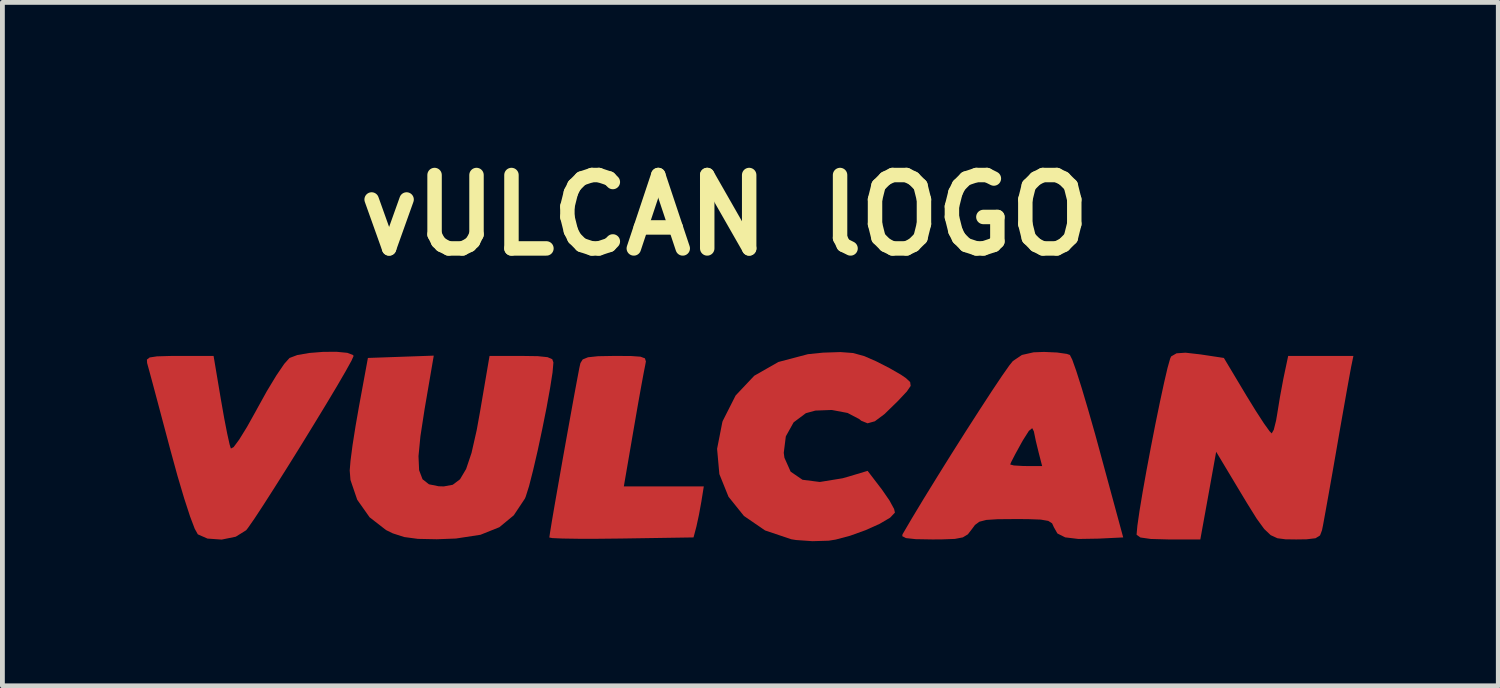
<source format=kicad_pcb>
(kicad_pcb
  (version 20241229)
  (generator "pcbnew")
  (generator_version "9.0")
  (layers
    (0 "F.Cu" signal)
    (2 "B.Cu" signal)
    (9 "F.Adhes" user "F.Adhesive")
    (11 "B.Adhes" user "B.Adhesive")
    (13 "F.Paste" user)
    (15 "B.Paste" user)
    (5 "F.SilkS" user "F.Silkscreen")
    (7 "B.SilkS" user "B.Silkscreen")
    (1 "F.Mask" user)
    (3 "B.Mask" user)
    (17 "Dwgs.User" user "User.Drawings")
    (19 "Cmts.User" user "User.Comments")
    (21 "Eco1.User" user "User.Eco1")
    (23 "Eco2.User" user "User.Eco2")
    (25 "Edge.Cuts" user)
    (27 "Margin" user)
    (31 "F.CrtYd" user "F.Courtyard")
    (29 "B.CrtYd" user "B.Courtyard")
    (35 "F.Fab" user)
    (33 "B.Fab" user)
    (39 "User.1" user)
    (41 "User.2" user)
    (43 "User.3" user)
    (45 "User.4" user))
  (footprint "vULCAN lOGO"
    (layer "F.Cu")
    (at 12.503 6.371)
    (property "Reference" "vULCAN lOGO" (at -0.508 -4.953 0) (layer "F.SilkS") (effects (font (size 1.524 1.524) (thickness 0.3))))
    (attr board_only exclude_from_pos_files exclude_from_bom)
    (fp_poly (pts (xy -2.453 -2.03) (xy -2.256 -2.016) (xy -2.164 -1.982) (xy -2.144 -1.917) (xy -2.158 -1.841) (xy -2.188 -1.69) (xy -2.24 -1.409) (xy -2.307 -1.035) (xy -2.382 -0.603) (xy -2.402 -0.487) (xy -2.602 0.677) (xy -0.942 0.677) (xy -0.993 0.995) (xy -1.043 1.269) (xy -1.095 1.509) (xy -1.099 1.524) (xy -1.155 1.736) (xy -2.652 1.759) (xy -3.134 1.764) (xy -3.552 1.764) (xy -3.878 1.759) (xy -4.085 1.75) (xy -4.149 1.738) (xy -4.134 1.635) (xy -4.095 1.395) (xy -4.036 1.05) (xy -3.962 0.629) (xy -3.88 0.162) (xy -3.794 -0.319) (xy -3.71 -0.785) (xy -3.634 -1.205) (xy -3.57 -1.549) (xy -3.525 -1.786) (xy -3.503 -1.884) (xy -3.456 -1.959) (xy -3.346 -2.004) (xy -3.138 -2.026) (xy -2.797 -2.032) (xy -2.787 -2.032)) (stroke (width 0) (type solid)) (fill yes) (layer "F.Cu"))
    (fp_poly (pts (xy -6.739 -0.923) (xy -6.825 -0.364) (xy -6.865 0.05) (xy -6.852 0.341) (xy -6.781 0.528) (xy -6.648 0.633) (xy -6.447 0.674) (xy -6.339 0.677) (xy -6.154 0.643) (xy -6.003 0.529) (xy -5.876 0.315) (xy -5.764 -0.018) (xy -5.657 -0.489) (xy -5.588 -0.871) (xy -5.39 -2.032) (xy -4.727 -2.032) (xy -4.388 -2.027) (xy -4.186 -2.006) (xy -4.088 -1.964) (xy -4.064 -1.896) (xy -4.082 -1.689) (xy -4.133 -1.364) (xy -4.206 -0.96) (xy -4.295 -0.516) (xy -4.39 -0.07) (xy -4.485 0.339) (xy -4.57 0.672) (xy -4.639 0.89) (xy -4.656 0.93) (xy -4.887 1.277) (xy -5.186 1.524) (xy -5.578 1.681) (xy -6.088 1.759) (xy -6.485 1.774) (xy -6.878 1.766) (xy -7.162 1.728) (xy -7.4 1.651) (xy -7.539 1.583) (xy -7.88 1.318) (xy -8.137 0.954) (xy -8.277 0.544) (xy -8.293 0.347) (xy -8.276 0.143) (xy -8.234 -0.18) (xy -8.171 -0.579) (xy -8.102 -0.974) (xy -7.915 -1.99) (xy -7.231 -2.014) (xy -6.548 -2.038)) (stroke (width 0) (type solid)) (fill yes) (layer "F.Cu"))
    (fp_poly (pts (xy -8.342 -2.096) (xy -8.222 -2.05) (xy -8.213 -2.029) (xy -8.256 -1.933) (xy -8.375 -1.718) (xy -8.555 -1.408) (xy -8.782 -1.029) (xy -9.04 -0.605) (xy -9.314 -0.159) (xy -9.59 0.284) (xy -9.852 0.699) (xy -10.085 1.063) (xy -10.274 1.351) (xy -10.405 1.539) (xy -10.443 1.587) (xy -10.658 1.721) (xy -10.951 1.781) (xy -11.246 1.76) (xy -11.446 1.672) (xy -11.51 1.557) (xy -11.607 1.301) (xy -11.729 0.927) (xy -11.868 0.459) (xy -12.016 -0.081) (xy -12.017 -0.085) (xy -12.153 -0.596) (xy -12.276 -1.058) (xy -12.379 -1.444) (xy -12.455 -1.725) (xy -12.496 -1.874) (xy -12.499 -1.884) (xy -12.503 -1.956) (xy -12.446 -2) (xy -12.294 -2.023) (xy -12.019 -2.031) (xy -11.83 -2.032) (xy -11.119 -2.032) (xy -10.966 -1.122) (xy -10.899 -0.741) (xy -10.836 -0.418) (xy -10.786 -0.193) (xy -10.76 -0.109) (xy -10.703 -0.139) (xy -10.586 -0.297) (xy -10.425 -0.558) (xy -10.234 -0.9) (xy -10.216 -0.934) (xy -10.011 -1.304) (xy -9.816 -1.626) (xy -9.653 -1.866) (xy -9.543 -1.989) (xy -9.543 -1.989) (xy -9.382 -2.05) (xy -9.134 -2.093) (xy -8.847 -2.116) (xy -8.567 -2.118)) (stroke (width 0) (type solid)) (fill yes) (layer "F.Cu"))
    (fp_poly (pts (xy 2.158 -2.092) (xy 2.39 -2.028) (xy 2.637 -1.92) (xy 2.915 -1.778) (xy 3.151 -1.642) (xy 3.255 -1.571) (xy 3.342 -1.489) (xy 3.353 -1.41) (xy 3.273 -1.293) (xy 3.089 -1.097) (xy 3.086 -1.094) (xy 2.809 -0.824) (xy 2.609 -0.675) (xy 2.458 -0.633) (xy 2.327 -0.686) (xy 2.286 -0.72) (xy 2.043 -0.848) (xy 1.714 -0.91) (xy 1.374 -0.897) (xy 1.177 -0.843) (xy 0.923 -0.653) (xy 0.761 -0.362) (xy 0.718 -0.021) (xy 0.732 0.082) (xy 0.861 0.371) (xy 1.107 0.539) (xy 1.467 0.585) (xy 1.939 0.508) (xy 2.063 0.473) (xy 2.459 0.354) (xy 2.756 0.742) (xy 2.912 0.968) (xy 3.009 1.146) (xy 3.026 1.221) (xy 2.925 1.327) (xy 2.707 1.455) (xy 2.415 1.586) (xy 2.096 1.701) (xy 1.795 1.781) (xy 1.651 1.804) (xy 1.313 1.814) (xy 0.973 1.79) (xy 0.874 1.774) (xy 0.33 1.591) (xy -0.109 1.29) (xy -0.429 0.892) (xy -0.619 0.421) (xy -0.666 -0.103) (xy -0.557 -0.658) (xy -0.549 -0.682) (xy -0.281 -1.211) (xy 0.105 -1.62) (xy 0.606 -1.906) (xy 1.219 -2.068) (xy 1.533 -2.1) (xy 1.895 -2.112)) (stroke (width 0) (type solid)) (fill yes) (layer "F.Cu"))
    (fp_poly (pts (xy 9.364 -2.064) (xy 9.365 -2.064) (xy 9.855 -1.99) (xy 10.324 -1.206) (xy 10.52 -0.888) (xy 10.686 -0.632) (xy 10.804 -0.468) (xy 10.848 -0.423) (xy 10.891 -0.499) (xy 10.939 -0.691) (xy 10.962 -0.826) (xy 11.019 -1.177) (xy 11.088 -1.548) (xy 11.105 -1.63) (xy 11.19 -2.032) (xy 12.544 -2.032) (xy 12.496 -1.799) (xy 12.467 -1.641) (xy 12.414 -1.349) (xy 12.344 -0.954) (xy 12.262 -0.49) (xy 12.192 -0.085) (xy 12.106 0.409) (xy 12.027 0.855) (xy 11.961 1.222) (xy 11.914 1.48) (xy 11.892 1.587) (xy 11.851 1.695) (xy 11.758 1.753) (xy 11.571 1.775) (xy 11.357 1.778) (xy 11.134 1.775) (xy 10.966 1.753) (xy 10.827 1.689) (xy 10.692 1.561) (xy 10.537 1.348) (xy 10.337 1.027) (xy 10.152 0.72) (xy 9.695 -0.042) (xy 9.531 0.868) (xy 9.366 1.778) (xy 8.705 1.778) (xy 8.336 1.768) (xy 8.121 1.737) (xy 8.044 1.681) (xy 8.043 1.674) (xy 8.059 1.495) (xy 8.102 1.195) (xy 8.167 0.803) (xy 8.248 0.349) (xy 8.339 -0.135) (xy 8.434 -0.621) (xy 8.528 -1.078) (xy 8.614 -1.477) (xy 8.686 -1.786) (xy 8.74 -1.977) (xy 8.761 -2.022) (xy 8.872 -2.086) (xy 9.058 -2.099)) (stroke (width 0) (type solid)) (fill yes) (layer "F.Cu"))
    (fp_poly (pts (xy 6.392 -2.103) (xy 6.595 -2.074) (xy 6.658 -2.052) (xy 6.707 -1.955) (xy 6.791 -1.719) (xy 6.903 -1.367) (xy 7.035 -0.923) (xy 7.181 -0.412) (xy 7.259 -0.127) (xy 7.765 1.736) (xy 7.25 1.761) (xy 6.836 1.768) (xy 6.561 1.735) (xy 6.399 1.654) (xy 6.326 1.525) (xy 6.289 1.444) (xy 6.21 1.393) (xy 6.052 1.366) (xy 5.783 1.356) (xy 5.521 1.355) (xy 5.156 1.358) (xy 4.922 1.373) (xy 4.779 1.41) (xy 4.688 1.477) (xy 4.622 1.566) (xy 4.54 1.672) (xy 4.436 1.735) (xy 4.27 1.767) (xy 3.997 1.777) (xy 3.803 1.778) (xy 3.456 1.772) (xy 3.255 1.75) (xy 3.178 1.71) (xy 3.183 1.672) (xy 3.38 1.336) (xy 3.625 0.93) (xy 3.903 0.479) (xy 4.063 0.222) (xy 5.419 0.222) (xy 5.494 0.242) (xy 5.681 0.253) (xy 5.751 0.254) (xy 6.082 0.254) (xy 6.011 -0.021) (xy 5.951 -0.267) (xy 5.91 -0.466) (xy 5.876 -0.532) (xy 5.807 -0.476) (xy 5.685 -0.284) (xy 5.65 -0.222) (xy 5.523 0.009) (xy 5.439 0.172) (xy 5.419 0.222) (xy 4.063 0.222) (xy 4.198 0.006) (xy 4.496 -0.465) (xy 4.781 -0.908) (xy 5.037 -1.301) (xy 5.249 -1.618) (xy 5.402 -1.836) (xy 5.475 -1.926) (xy 5.662 -2.052) (xy 5.905 -2.107) (xy 6.122 -2.115)) (stroke (width 0) (type solid)) (fill yes) (layer "F.Cu"))
    (fp_poly (pts (xy -2.445 -2.027) (xy -2.248 -2.014) (xy -2.156 -1.979) (xy -2.136 -1.914) (xy -2.15 -1.839) (xy -2.18 -1.688) (xy -2.232 -1.407) (xy -2.299 -1.032) (xy -2.374 -0.601) (xy -2.395 -0.484) (xy -2.595 0.68) (xy -0.934 0.68) (xy -0.985 0.997) (xy -1.035 1.272) (xy -1.088 1.511) (xy -1.092 1.527) (xy -1.147 1.738) (xy -2.644 1.761) (xy -3.126 1.766) (xy -3.544 1.766) (xy -3.87 1.762) (xy -4.078 1.752) (xy -4.141 1.741) (xy -4.127 1.637) (xy -4.087 1.398) (xy -4.028 1.052) (xy -3.955 0.631) (xy -3.872 0.165) (xy -3.787 -0.316) (xy -3.703 -0.782) (xy -3.626 -1.202) (xy -3.563 -1.546) (xy -3.517 -1.784) (xy -3.496 -1.881) (xy -3.449 -1.957) (xy -3.338 -2.002) (xy -3.13 -2.024) (xy -2.789 -2.029) (xy -2.779 -2.029)) (stroke (width 0) (type solid)) (fill yes) (layer "F.Mask"))
    (fp_poly (pts (xy -6.731 -0.92) (xy -6.818 -0.362) (xy -6.857 0.053) (xy -6.844 0.343) (xy -6.773 0.531) (xy -6.64 0.635) (xy -6.439 0.676) (xy -6.332 0.68) (xy -6.147 0.646) (xy -5.995 0.532) (xy -5.868 0.317) (xy -5.756 -0.015) (xy -5.65 -0.486) (xy -5.58 -0.868) (xy -5.382 -2.029) (xy -4.719 -2.029) (xy -4.38 -2.024) (xy -4.178 -2.003) (xy -4.081 -1.961) (xy -4.056 -1.893) (xy -4.075 -1.687) (xy -4.125 -1.362) (xy -4.198 -0.958) (xy -4.287 -0.513) (xy -4.383 -0.067) (xy -4.477 0.342) (xy -4.563 0.675) (xy -4.631 0.892) (xy -4.648 0.932) (xy -4.879 1.28) (xy -5.178 1.526) (xy -5.57 1.683) (xy -6.08 1.762) (xy -6.477 1.777) (xy -6.87 1.768) (xy -7.155 1.731) (xy -7.392 1.653) (xy -7.531 1.586) (xy -7.872 1.321) (xy -8.129 0.957) (xy -8.27 0.547) (xy -8.286 0.349) (xy -8.269 0.146) (xy -8.226 -0.178) (xy -8.164 -0.576) (xy -8.094 -0.971) (xy -7.907 -1.987) (xy -7.224 -2.011) (xy -6.54 -2.036)) (stroke (width 0) (type solid)) (fill yes) (layer "F.Mask"))
    (fp_poly (pts (xy -8.335 -2.094) (xy -8.214 -2.048) (xy -8.205 -2.027) (xy -8.248 -1.93) (xy -8.367 -1.715) (xy -8.548 -1.406) (xy -8.774 -1.027) (xy -9.032 -0.602) (xy -9.307 -0.157) (xy -9.582 0.286) (xy -9.844 0.702) (xy -10.077 1.066) (xy -10.267 1.354) (xy -10.397 1.542) (xy -10.436 1.59) (xy -10.65 1.723) (xy -10.943 1.783) (xy -11.239 1.763) (xy -11.438 1.675) (xy -11.503 1.56) (xy -11.6 1.304) (xy -11.721 0.93) (xy -11.86 0.461) (xy -12.008 -0.079) (xy -12.009 -0.082) (xy -12.145 -0.594) (xy -12.269 -1.056) (xy -12.372 -1.441) (xy -12.447 -1.722) (xy -12.488 -1.871) (xy -12.491 -1.881) (xy -12.496 -1.954) (xy -12.438 -1.998) (xy -12.287 -2.021) (xy -12.012 -2.029) (xy -11.823 -2.029) (xy -11.111 -2.029) (xy -10.958 -1.119) (xy -10.891 -0.738) (xy -10.829 -0.416) (xy -10.778 -0.19) (xy -10.753 -0.107) (xy -10.696 -0.136) (xy -10.579 -0.294) (xy -10.417 -0.556) (xy -10.227 -0.897) (xy -10.209 -0.931) (xy -10.004 -1.301) (xy -9.809 -1.623) (xy -9.645 -1.863) (xy -9.535 -1.986) (xy -9.535 -1.986) (xy -9.375 -2.048) (xy -9.127 -2.091) (xy -8.839 -2.114) (xy -8.559 -2.115)) (stroke (width 0) (type solid)) (fill yes) (layer "F.Mask"))
    (fp_poly (pts (xy 2.166 -2.09) (xy 2.397 -2.026) (xy 2.644 -1.918) (xy 2.923 -1.776) (xy 3.158 -1.64) (xy 3.263 -1.568) (xy 3.35 -1.487) (xy 3.361 -1.408) (xy 3.281 -1.29) (xy 3.097 -1.094) (xy 3.094 -1.091) (xy 2.817 -0.821) (xy 2.617 -0.672) (xy 2.465 -0.631) (xy 2.334 -0.684) (xy 2.293 -0.718) (xy 2.05 -0.846) (xy 1.722 -0.907) (xy 1.381 -0.894) (xy 1.184 -0.84) (xy 0.93 -0.651) (xy 0.769 -0.359) (xy 0.726 -0.019) (xy 0.74 0.085) (xy 0.869 0.374) (xy 1.114 0.542) (xy 1.474 0.587) (xy 1.947 0.511) (xy 2.071 0.476) (xy 2.467 0.357) (xy 2.763 0.745) (xy 2.92 0.97) (xy 3.017 1.149) (xy 3.033 1.224) (xy 2.933 1.329) (xy 2.714 1.457) (xy 2.423 1.589) (xy 2.104 1.704) (xy 1.802 1.784) (xy 1.659 1.806) (xy 1.321 1.816) (xy 0.981 1.793) (xy 0.882 1.777) (xy 0.338 1.593) (xy -0.101 1.292) (xy -0.422 0.895) (xy -0.612 0.423) (xy -0.659 -0.101) (xy -0.549 -0.655) (xy -0.541 -0.679) (xy -0.273 -1.208) (xy 0.113 -1.617) (xy 0.614 -1.903) (xy 1.227 -2.065) (xy 1.541 -2.097) (xy 1.903 -2.11)) (stroke (width 0) (type solid)) (fill yes) (layer "F.Mask"))
    (fp_poly (pts (xy 9.371 -2.062) (xy 9.373 -2.061) (xy 9.862 -1.987) (xy 10.332 -1.204) (xy 10.528 -0.885) (xy 10.694 -0.629) (xy 10.811 -0.465) (xy 10.856 -0.421) (xy 10.899 -0.496) (xy 10.946 -0.689) (xy 10.969 -0.823) (xy 11.027 -1.175) (xy 11.096 -1.545) (xy 11.113 -1.627) (xy 11.198 -2.029) (xy 12.552 -2.029) (xy 12.504 -1.797) (xy 12.474 -1.639) (xy 12.421 -1.346) (xy 12.351 -0.952) (xy 12.27 -0.487) (xy 12.199 -0.082) (xy 12.113 0.411) (xy 12.034 0.857) (xy 11.969 1.225) (xy 11.921 1.482) (xy 11.9 1.59) (xy 11.858 1.698) (xy 11.766 1.755) (xy 11.578 1.777) (xy 11.365 1.781) (xy 11.142 1.778) (xy 10.974 1.755) (xy 10.835 1.691) (xy 10.7 1.563) (xy 10.545 1.35) (xy 10.345 1.03) (xy 10.16 0.722) (xy 9.703 -0.04) (xy 9.538 0.87) (xy 9.374 1.781) (xy 8.713 1.781) (xy 8.344 1.771) (xy 8.129 1.739) (xy 8.052 1.684) (xy 8.051 1.677) (xy 8.067 1.498) (xy 8.11 1.197) (xy 8.175 0.805) (xy 8.256 0.352) (xy 8.347 -0.133) (xy 8.442 -0.619) (xy 8.535 -1.076) (xy 8.621 -1.474) (xy 8.694 -1.784) (xy 8.748 -1.974) (xy 8.768 -2.019) (xy 8.88 -2.083) (xy 9.066 -2.096)) (stroke (width 0) (type solid)) (fill yes) (layer "F.Mask"))
    (fp_poly (pts (xy 6.399 -2.101) (xy 6.603 -2.071) (xy 6.665 -2.049) (xy 6.714 -1.953) (xy 6.798 -1.717) (xy 6.911 -1.365) (xy 7.043 -0.921) (xy 7.189 -0.409) (xy 7.267 -0.124) (xy 7.772 1.738) (xy 7.258 1.764) (xy 6.844 1.771) (xy 6.569 1.737) (xy 6.407 1.656) (xy 6.333 1.527) (xy 6.297 1.446) (xy 6.217 1.396) (xy 6.06 1.369) (xy 5.791 1.359) (xy 5.529 1.357) (xy 5.164 1.36) (xy 4.93 1.376) (xy 4.787 1.412) (xy 4.696 1.479) (xy 4.63 1.569) (xy 4.548 1.675) (xy 4.444 1.738) (xy 4.277 1.769) (xy 4.005 1.78) (xy 3.811 1.781) (xy 3.463 1.774) (xy 3.262 1.753) (xy 3.185 1.713) (xy 3.191 1.675) (xy 3.387 1.339) (xy 3.632 0.933) (xy 3.91 0.481) (xy 4.071 0.225) (xy 5.426 0.225) (xy 5.501 0.245) (xy 5.689 0.256) (xy 5.758 0.257) (xy 6.09 0.257) (xy 6.018 -0.019) (xy 5.959 -0.265) (xy 5.918 -0.463) (xy 5.884 -0.529) (xy 5.814 -0.474) (xy 5.693 -0.282) (xy 5.658 -0.22) (xy 5.531 0.011) (xy 5.447 0.175) (xy 5.426 0.225) (xy 4.071 0.225) (xy 4.206 0.008) (xy 4.504 -0.462) (xy 4.789 -0.906) (xy 5.045 -1.298) (xy 5.257 -1.615) (xy 5.41 -1.833) (xy 5.483 -1.924) (xy 5.67 -2.049) (xy 5.913 -2.105) (xy 6.13 -2.113)) (stroke (width 0) (type solid)) (fill yes) (layer "F.Mask")))
  (gr_rect
    (start -3 -3)
    (end 28.055 11.187)
    (stroke (width 0.1) (type default))
    (fill no)
    (layer "Edge.Cuts")))
</source>
